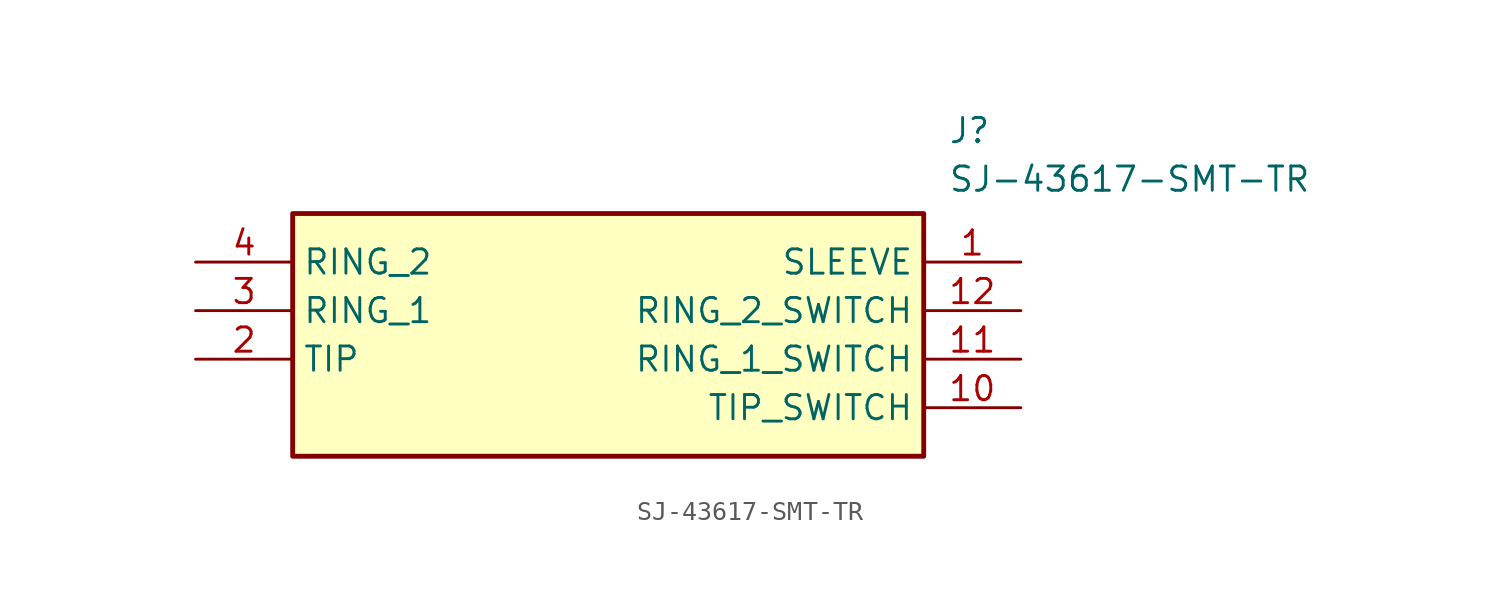
<source format=kicad_sym>
(kicad_symbol_lib
  (version 20211014)
  (generator SamacSys_ECAD_Model)
  (symbol "SJ-43617-SMT-TR"
    (property "Reference" "J"
      (at 39.37 7.62 0)
      (effects (font (size 1.27 1.27)) (justify left top)))
    (property "Value" "SJ-43617-SMT-TR"
      (at 39.37 5.08 0)
      (effects (font (size 1.27 1.27)) (justify left top)))
    (rectangle
      (start 5.08 2.54)
      (end 38.1 -10.16)
      (stroke (width 0.254) (type default))
      (fill (type background)))
    (pin passive line
      (at 43.18 0 180)
      (length 5.08)
      (name "SLEEVE" (effects (font (size 1.27 1.27))))
      (number "1" (effects (font (size 1.27 1.27)))))
    (pin passive line
      (at 0 -5.08 0)
      (length 5.08)
      (name "TIP" (effects (font (size 1.27 1.27))))
      (number "2" (effects (font (size 1.27 1.27)))))
    (pin passive line
      (at 0 -2.54 0)
      (length 5.08)
      (name "RING_1" (effects (font (size 1.27 1.27))))
      (number "3" (effects (font (size 1.27 1.27)))))
    (pin passive line
      (at 0 0 0)
      (length 5.08)
      (name "RING_2" (effects (font (size 1.27 1.27))))
      (number "4" (effects (font (size 1.27 1.27)))))
    (pin passive line
      (at 43.18 -7.62 180)
      (length 5.08)
      (name "TIP_SWITCH" (effects (font (size 1.27 1.27))))
      (number "10" (effects (font (size 1.27 1.27)))))
    (pin passive line
      (at 43.18 -5.08 180)
      (length 5.08)
      (name "RING_1_SWITCH" (effects (font (size 1.27 1.27))))
      (number "11" (effects (font (size 1.27 1.27)))))
    (pin passive line
      (at 43.18 -2.54 180)
      (length 5.08)
      (name "RING_2_SWITCH" (effects (font (size 1.27 1.27))))
      (number "12" (effects (font (size 1.27 1.27)))))))
</source>
